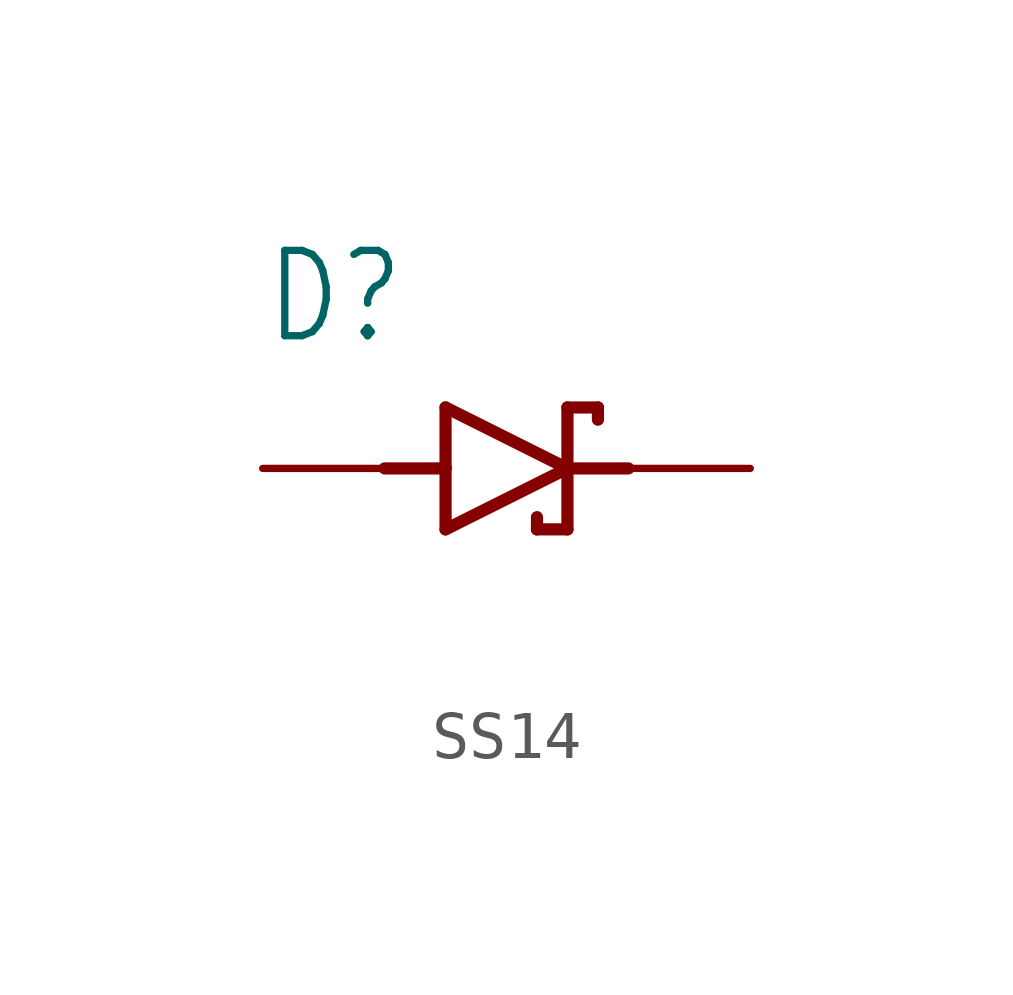
<source format=kicad_sym>
(kicad_symbol_lib
  (version 20231120)
  (generator "kicad_symbol_editor")
  (generator_version "8.0")
  (symbol "SS14"
    (property "Reference" "D"
      (at -5.08 2.54 0)
      (effects (font (size 1.778 1.511)) (justify left bottom)))
    (property "Value" ""
      (at -5.08 -3.81 0)
      (effects (font (size 1.778 1.511)) (justify left bottom)))
    (property "ki_locked" ""
      (at 0 0 0)
      (effects (font (size 1.27 1.27))))
    (symbol "SS14_1_0"
      (polyline (pts (xy -2.54 0) (xy -1.27 0)) (stroke (width 0.254) (type solid)) (fill (type none)))
      (polyline (pts (xy -1.27 -1.27) (xy 1.27 0)) (stroke (width 0.254) (type solid)) (fill (type none)))
      (polyline (pts (xy -1.27 0) (xy -1.27 -1.27)) (stroke (width 0.254) (type solid)) (fill (type none)))
      (polyline (pts (xy -1.27 1.27) (xy -1.27 0)) (stroke (width 0.254) (type solid)) (fill (type none)))
      (polyline (pts (xy 0.635 -1.016) (xy 0.635 -1.27)) (stroke (width 0.254) (type solid)) (fill (type none)))
      (polyline (pts (xy 1.27 -1.27) (xy 0.635 -1.27)) (stroke (width 0.254) (type solid)) (fill (type none)))
      (polyline (pts (xy 1.27 0) (xy -1.27 1.27)) (stroke (width 0.254) (type solid)) (fill (type none)))
      (polyline (pts (xy 1.27 0) (xy 1.27 -1.27)) (stroke (width 0.254) (type solid)) (fill (type none)))
      (polyline (pts (xy 1.27 1.27) (xy 1.27 0)) (stroke (width 0.254) (type solid)) (fill (type none)))
      (polyline (pts (xy 1.905 1.27) (xy 1.27 1.27)) (stroke (width 0.254) (type solid)) (fill (type none)))
      (polyline (pts (xy 1.905 1.27) (xy 1.905 1.016)) (stroke (width 0.254) (type solid)) (fill (type none)))
      (polyline (pts (xy 2.54 0) (xy 1.27 0)) (stroke (width 0.254) (type solid)) (fill (type none)))
      (pin passive line (at -5.08 0 0) (length 2.54) (name "A" (effects (font (size 0 0)))) (number "A" (effects (font (size 0 0)))))
      (pin passive line (at 5.08 0 180) (length 2.54) (name "K" (effects (font (size 0 0)))) (number "C" (effects (font (size 0 0))))))))
</source>
